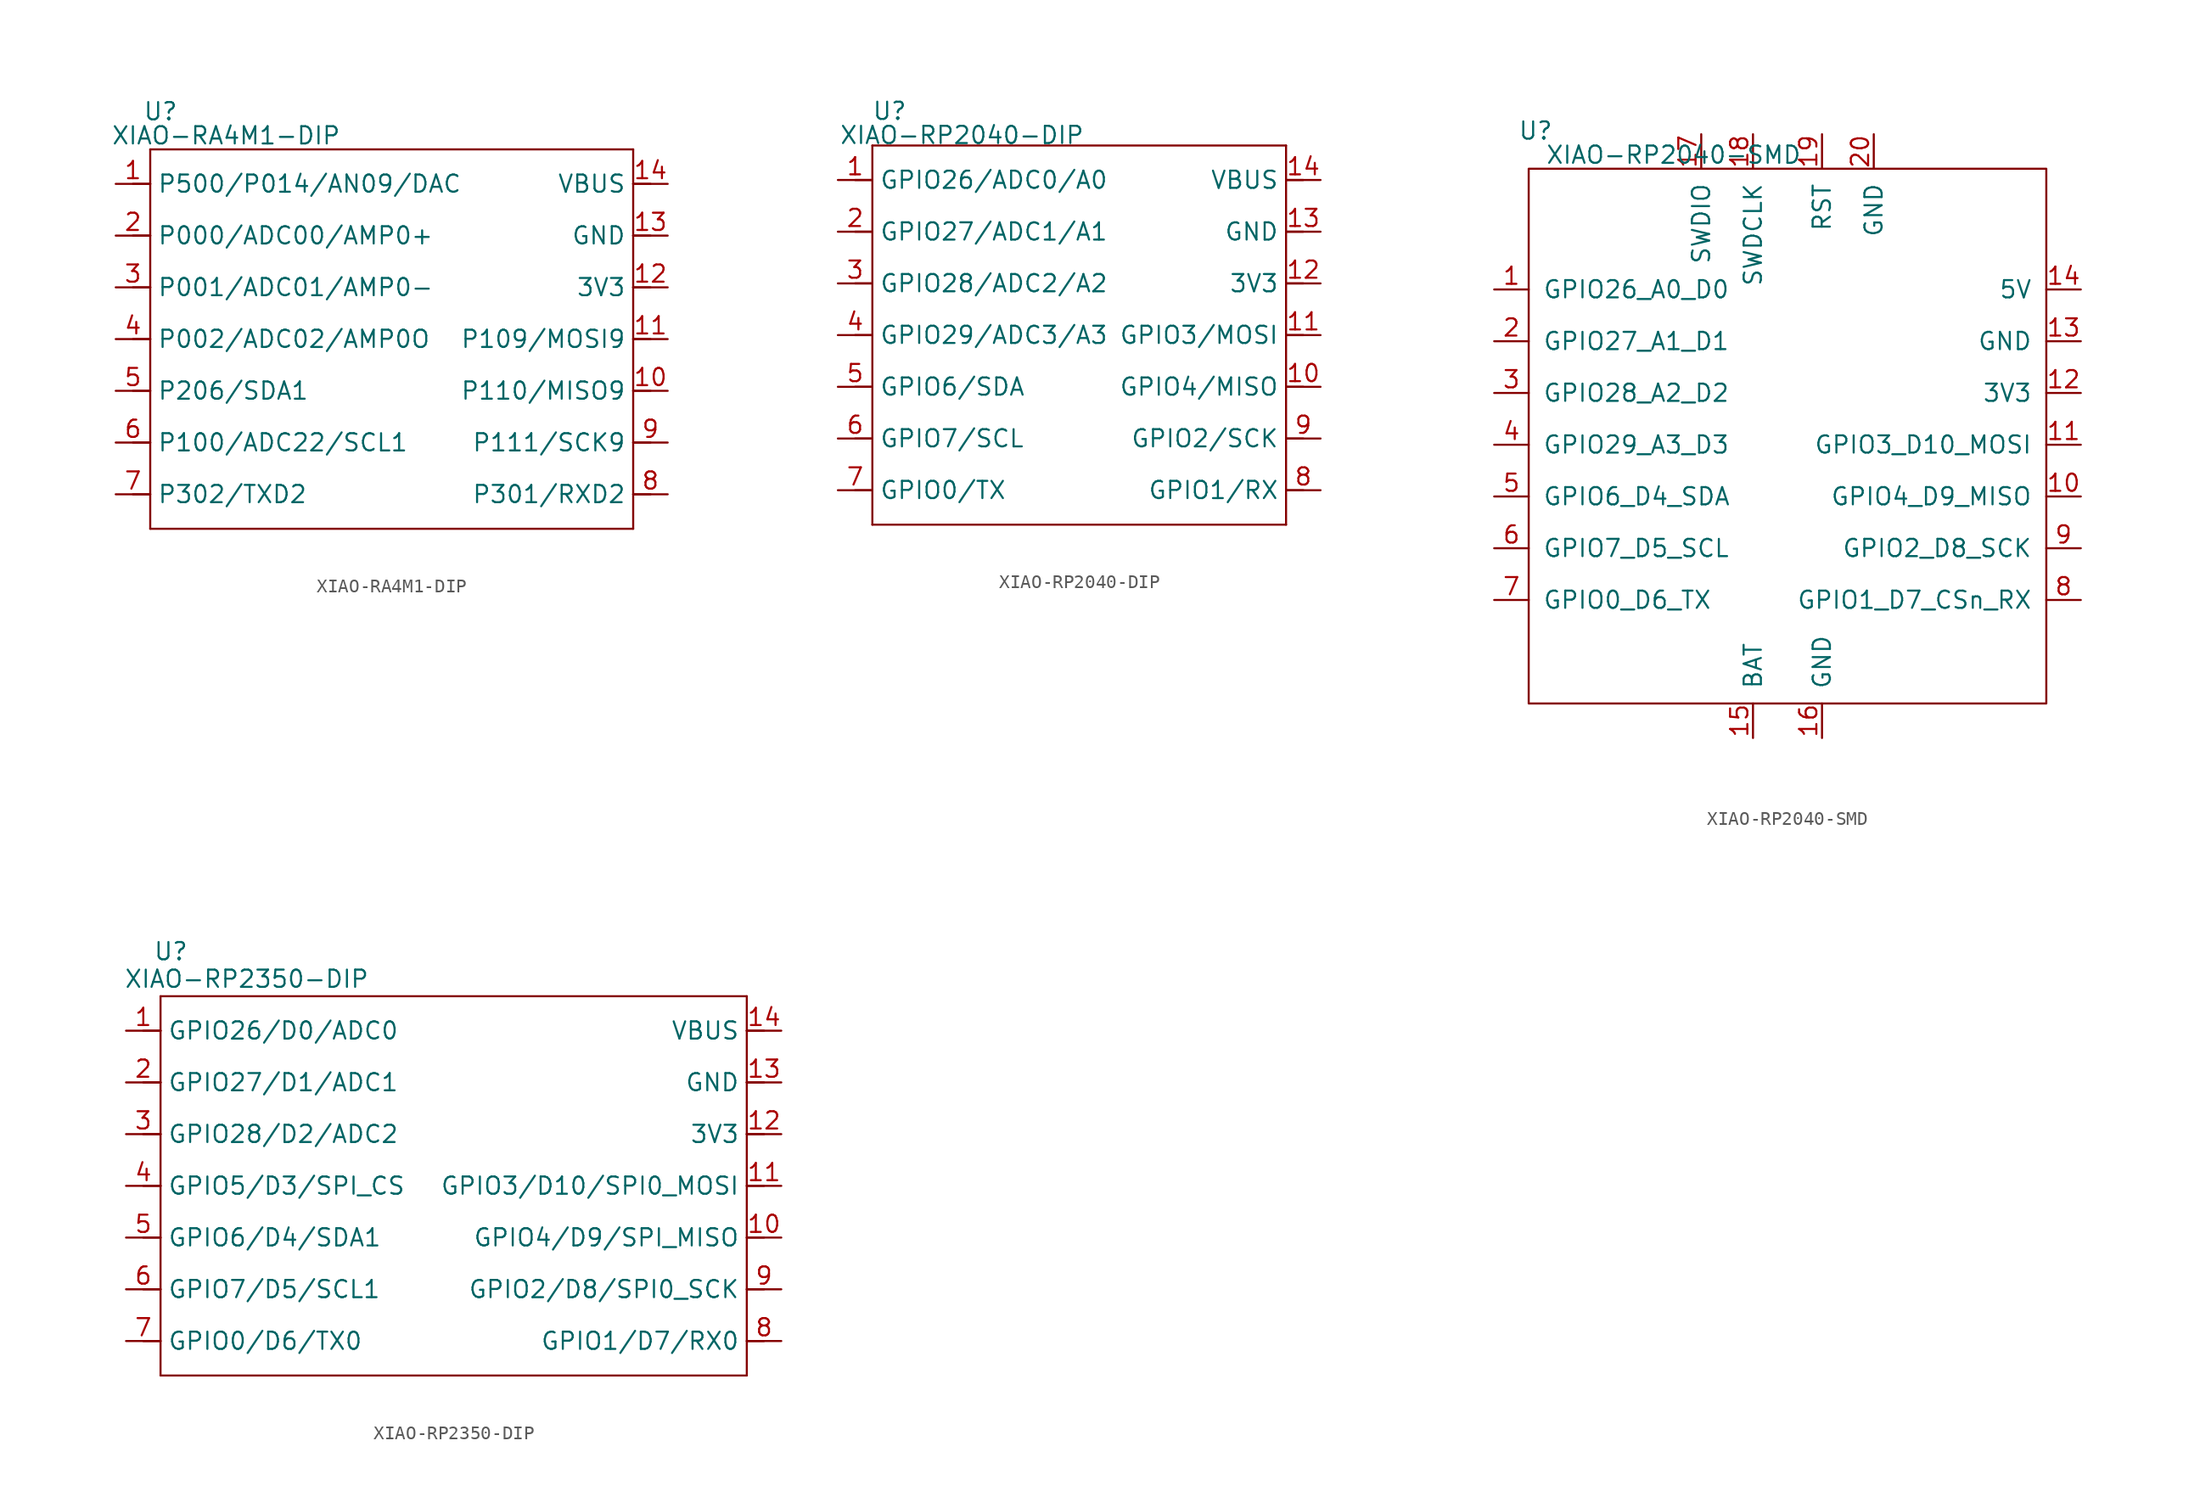
<source format=kicad_sym>
(kicad_symbol_lib
  (version 20231120)
  (generator "kicad_symbol_editor")
  (generator_version "8.0")
  (symbol "XIAO-RA4M1-DIP"
    (property "Reference" "U"
      (at 0.762 0.254 0)
      (effects (font (size 1.27 1.27))))
    (property "Value" "XIAO-RA4M1-DIP"
      (at 5.588 -1.524 0)
      (effects (font (size 1.27 1.27))))
    (symbol "XIAO-RA4M1-DIP_1_0"
      (polyline (pts (xy 0 -30.48) (xy 0 -16.51)) (stroke (width 0.152) (type solid)) (fill (type none)))
      (polyline (pts (xy 0 -27.94) (xy -1.27 -27.94)) (stroke (width 0.152) (type solid)) (fill (type none)))
      (polyline (pts (xy 0 -24.13) (xy -1.27 -24.13)) (stroke (width 0.152) (type solid)) (fill (type none)))
      (polyline (pts (xy 0 -20.32) (xy -1.27 -20.32)) (stroke (width 0.152) (type solid)) (fill (type none)))
      (polyline (pts (xy 0 -16.51) (xy -1.27 -16.51)) (stroke (width 0.152) (type solid)) (fill (type none)))
      (polyline (pts (xy 0 -16.51) (xy 0 -12.7)) (stroke (width 0.152) (type solid)) (fill (type none)))
      (polyline (pts (xy 0 -12.7) (xy -1.27 -12.7)) (stroke (width 0.152) (type solid)) (fill (type none)))
      (polyline (pts (xy 0 -12.7) (xy 0 -8.89)) (stroke (width 0.152) (type solid)) (fill (type none)))
      (polyline (pts (xy 0 -8.89) (xy -1.27 -8.89)) (stroke (width 0.152) (type solid)) (fill (type none)))
      (polyline (pts (xy 0 -8.89) (xy 0 -5.08)) (stroke (width 0.152) (type solid)) (fill (type none)))
      (polyline (pts (xy 0 -5.08) (xy -1.27 -5.08)) (stroke (width 0.152) (type solid)) (fill (type none)))
      (polyline (pts (xy 0 -5.08) (xy 0 -2.54)) (stroke (width 0.152) (type solid)) (fill (type none)))
      (polyline (pts (xy 0 -2.54) (xy 35.56 -2.54)) (stroke (width 0.152) (type solid)) (fill (type none)))
      (polyline (pts (xy 35.56 -30.48) (xy 0 -30.48)) (stroke (width 0.152) (type solid)) (fill (type none)))
      (polyline (pts (xy 35.56 -12.7) (xy 35.56 -30.48)) (stroke (width 0.152) (type solid)) (fill (type none)))
      (polyline (pts (xy 35.56 -8.89) (xy 35.56 -12.7)) (stroke (width 0.152) (type solid)) (fill (type none)))
      (polyline (pts (xy 35.56 -5.08) (xy 35.56 -8.89)) (stroke (width 0.152) (type solid)) (fill (type none)))
      (polyline (pts (xy 35.56 -2.54) (xy 35.56 -5.08)) (stroke (width 0.152) (type solid)) (fill (type none)))
      (polyline (pts (xy 36.83 -27.94) (xy 35.56 -27.94)) (stroke (width 0.152) (type solid)) (fill (type none)))
      (polyline (pts (xy 36.83 -24.13) (xy 35.56 -24.13)) (stroke (width 0.152) (type solid)) (fill (type none)))
      (polyline (pts (xy 36.83 -20.32) (xy 35.56 -20.32)) (stroke (width 0.152) (type solid)) (fill (type none)))
      (polyline (pts (xy 36.83 -16.51) (xy 35.56 -16.51)) (stroke (width 0.152) (type solid)) (fill (type none)))
      (polyline (pts (xy 36.83 -12.7) (xy 35.56 -12.7)) (stroke (width 0.152) (type solid)) (fill (type none)))
      (polyline (pts (xy 36.83 -8.89) (xy 35.56 -8.89)) (stroke (width 0.152) (type solid)) (fill (type none)))
      (polyline (pts (xy 36.83 -5.08) (xy 35.56 -5.08)) (stroke (width 0.152) (type solid)) (fill (type none)))
      (pin passive line (at -2.54 -5.08 0) (length 2.54) (name "P500/P014/AN09/DAC" (effects (font (size 1.27 1.27)))) (number "1" (effects (font (size 1.27 1.27)))))
      (pin passive line (at 38.1 -20.32 180) (length 2.54) (name "P110/MISO9" (effects (font (size 1.27 1.27)))) (number "10" (effects (font (size 1.27 1.27)))))
      (pin passive line (at 38.1 -16.51 180) (length 2.54) (name "P109/MOSI9" (effects (font (size 1.27 1.27)))) (number "11" (effects (font (size 1.27 1.27)))))
      (pin passive line (at 38.1 -12.7 180) (length 2.54) (name "3V3" (effects (font (size 1.27 1.27)))) (number "12" (effects (font (size 1.27 1.27)))))
      (pin passive line (at 38.1 -8.89 180) (length 2.54) (name "GND" (effects (font (size 1.27 1.27)))) (number "13" (effects (font (size 1.27 1.27)))))
      (pin passive line (at 38.1 -5.08 180) (length 2.54) (name "VBUS" (effects (font (size 1.27 1.27)))) (number "14" (effects (font (size 1.27 1.27)))))
      (pin passive line (at -2.54 -8.89 0) (length 2.54) (name "P000/ADC00/AMP0+" (effects (font (size 1.27 1.27)))) (number "2" (effects (font (size 1.27 1.27)))))
      (pin passive line (at -2.54 -12.7 0) (length 2.54) (name "P001/ADC01/AMP0-" (effects (font (size 1.27 1.27)))) (number "3" (effects (font (size 1.27 1.27)))))
      (pin passive line (at -2.54 -16.51 0) (length 2.54) (name "P002/ADC02/AMP0O" (effects (font (size 1.27 1.27)))) (number "4" (effects (font (size 1.27 1.27)))))
      (pin passive line (at -2.54 -20.32 0) (length 2.54) (name "P206/SDA1" (effects (font (size 1.27 1.27)))) (number "5" (effects (font (size 1.27 1.27)))))
      (pin passive line (at -2.54 -24.13 0) (length 2.54) (name "P100/ADC22/SCL1" (effects (font (size 1.27 1.27)))) (number "6" (effects (font (size 1.27 1.27)))))
      (pin passive line (at -2.54 -27.94 0) (length 2.54) (name "P302/TXD2" (effects (font (size 1.27 1.27)))) (number "7" (effects (font (size 1.27 1.27)))))
      (pin passive line (at 38.1 -27.94 180) (length 2.54) (name "P301/RXD2" (effects (font (size 1.27 1.27)))) (number "8" (effects (font (size 1.27 1.27)))))
      (pin passive line (at 38.1 -24.13 180) (length 2.54) (name "P111/SCK9" (effects (font (size 1.27 1.27)))) (number "9" (effects (font (size 1.27 1.27)))))))
  (symbol "XIAO-RP2040-DIP"
    (property "Reference" "U"
      (at 0 0 0)
      (effects (font (size 1.27 1.27))))
    (property "Value" "XIAO-RP2040-DIP"
      (at 5.334 -1.778 0)
      (effects (font (size 1.27 1.27))))
    (symbol "XIAO-RP2040-DIP_1_0"
      (polyline (pts (xy -1.27 -30.48) (xy -1.27 -16.51)) (stroke (width 0.152) (type solid)) (fill (type none)))
      (polyline (pts (xy -1.27 -27.94) (xy -2.54 -27.94)) (stroke (width 0.152) (type solid)) (fill (type none)))
      (polyline (pts (xy -1.27 -24.13) (xy -2.54 -24.13)) (stroke (width 0.152) (type solid)) (fill (type none)))
      (polyline (pts (xy -1.27 -20.32) (xy -2.54 -20.32)) (stroke (width 0.152) (type solid)) (fill (type none)))
      (polyline (pts (xy -1.27 -16.51) (xy -2.54 -16.51)) (stroke (width 0.152) (type solid)) (fill (type none)))
      (polyline (pts (xy -1.27 -16.51) (xy -1.27 -12.7)) (stroke (width 0.152) (type solid)) (fill (type none)))
      (polyline (pts (xy -1.27 -12.7) (xy -2.54 -12.7)) (stroke (width 0.152) (type solid)) (fill (type none)))
      (polyline (pts (xy -1.27 -12.7) (xy -1.27 -8.89)) (stroke (width 0.152) (type solid)) (fill (type none)))
      (polyline (pts (xy -1.27 -8.89) (xy -2.54 -8.89)) (stroke (width 0.152) (type solid)) (fill (type none)))
      (polyline (pts (xy -1.27 -8.89) (xy -1.27 -5.08)) (stroke (width 0.152) (type solid)) (fill (type none)))
      (polyline (pts (xy -1.27 -5.08) (xy -2.54 -5.08)) (stroke (width 0.152) (type solid)) (fill (type none)))
      (polyline (pts (xy -1.27 -5.08) (xy -1.27 -2.54)) (stroke (width 0.152) (type solid)) (fill (type none)))
      (polyline (pts (xy -1.27 -2.54) (xy 29.21 -2.54)) (stroke (width 0.152) (type solid)) (fill (type none)))
      (polyline (pts (xy 29.21 -30.48) (xy -1.27 -30.48)) (stroke (width 0.152) (type solid)) (fill (type none)))
      (polyline (pts (xy 29.21 -12.7) (xy 29.21 -30.48)) (stroke (width 0.152) (type solid)) (fill (type none)))
      (polyline (pts (xy 29.21 -8.89) (xy 29.21 -12.7)) (stroke (width 0.152) (type solid)) (fill (type none)))
      (polyline (pts (xy 29.21 -5.08) (xy 29.21 -8.89)) (stroke (width 0.152) (type solid)) (fill (type none)))
      (polyline (pts (xy 29.21 -2.54) (xy 29.21 -5.08)) (stroke (width 0.152) (type solid)) (fill (type none)))
      (polyline (pts (xy 30.48 -27.94) (xy 29.21 -27.94)) (stroke (width 0.152) (type solid)) (fill (type none)))
      (polyline (pts (xy 30.48 -24.13) (xy 29.21 -24.13)) (stroke (width 0.152) (type solid)) (fill (type none)))
      (polyline (pts (xy 30.48 -20.32) (xy 29.21 -20.32)) (stroke (width 0.152) (type solid)) (fill (type none)))
      (polyline (pts (xy 30.48 -16.51) (xy 29.21 -16.51)) (stroke (width 0.152) (type solid)) (fill (type none)))
      (polyline (pts (xy 30.48 -12.7) (xy 29.21 -12.7)) (stroke (width 0.152) (type solid)) (fill (type none)))
      (polyline (pts (xy 30.48 -8.89) (xy 29.21 -8.89)) (stroke (width 0.152) (type solid)) (fill (type none)))
      (polyline (pts (xy 30.48 -5.08) (xy 29.21 -5.08)) (stroke (width 0.152) (type solid)) (fill (type none)))
      (pin passive line (at -3.81 -5.08 0) (length 2.54) (name "GPIO26/ADC0/A0" (effects (font (size 1.27 1.27)))) (number "1" (effects (font (size 1.27 1.27)))))
      (pin passive line (at 31.75 -20.32 180) (length 2.54) (name "GPIO4/MISO" (effects (font (size 1.27 1.27)))) (number "10" (effects (font (size 1.27 1.27)))))
      (pin passive line (at 31.75 -16.51 180) (length 2.54) (name "GPIO3/MOSI" (effects (font (size 1.27 1.27)))) (number "11" (effects (font (size 1.27 1.27)))))
      (pin passive line (at 31.75 -12.7 180) (length 2.54) (name "3V3" (effects (font (size 1.27 1.27)))) (number "12" (effects (font (size 1.27 1.27)))))
      (pin passive line (at 31.75 -8.89 180) (length 2.54) (name "GND" (effects (font (size 1.27 1.27)))) (number "13" (effects (font (size 1.27 1.27)))))
      (pin passive line (at 31.75 -5.08 180) (length 2.54) (name "VBUS" (effects (font (size 1.27 1.27)))) (number "14" (effects (font (size 1.27 1.27)))))
      (pin passive line (at -3.81 -8.89 0) (length 2.54) (name "GPIO27/ADC1/A1" (effects (font (size 1.27 1.27)))) (number "2" (effects (font (size 1.27 1.27)))))
      (pin passive line (at -3.81 -12.7 0) (length 2.54) (name "GPIO28/ADC2/A2" (effects (font (size 1.27 1.27)))) (number "3" (effects (font (size 1.27 1.27)))))
      (pin passive line (at -3.81 -16.51 0) (length 2.54) (name "GPIO29/ADC3/A3" (effects (font (size 1.27 1.27)))) (number "4" (effects (font (size 1.27 1.27)))))
      (pin passive line (at -3.81 -20.32 0) (length 2.54) (name "GPIO6/SDA" (effects (font (size 1.27 1.27)))) (number "5" (effects (font (size 1.27 1.27)))))
      (pin passive line (at -3.81 -24.13 0) (length 2.54) (name "GPIO7/SCL" (effects (font (size 1.27 1.27)))) (number "6" (effects (font (size 1.27 1.27)))))
      (pin passive line (at -3.81 -27.94 0) (length 2.54) (name "GPIO0/TX" (effects (font (size 1.27 1.27)))) (number "7" (effects (font (size 1.27 1.27)))))
      (pin passive line (at 31.75 -27.94 180) (length 2.54) (name "GPIO1/RX" (effects (font (size 1.27 1.27)))) (number "8" (effects (font (size 1.27 1.27)))))
      (pin passive line (at 31.75 -24.13 180) (length 2.54) (name "GPIO2/SCK" (effects (font (size 1.27 1.27)))) (number "9" (effects (font (size 1.27 1.27)))))))
  (symbol "XIAO-RP2040-SMD"
    (pin_names
      (offset 1.016))
    (property "Reference" "U"
      (at -18.542 23.114 0)
      (effects (font (size 1.27 1.27))))
    (property "Value" "XIAO-RP2040-SMD"
      (at -8.382 21.336 0)
      (effects (font (size 1.27 1.27))))
    (symbol "XIAO-RP2040-SMD_0_1"
      (rectangle (start 19.05 -19.05) (end -19.05 20.32) (stroke (width 0) (type default)) (fill (type none))))
    (symbol "XIAO-RP2040-SMD_1_1"
      (pin passive line (at -21.59 11.43 0) (length 2.54) (name "GPIO26_A0_D0" (effects (font (size 1.27 1.27)))) (number "1" (effects (font (size 1.27 1.27)))))
      (pin passive line (at 21.59 -3.81 180) (length 2.54) (name "GPIO4_D9_MISO" (effects (font (size 1.27 1.27)))) (number "10" (effects (font (size 1.27 1.27)))))
      (pin passive line (at 21.59 0 180) (length 2.54) (name "GPIO3_D10_MOSI" (effects (font (size 1.27 1.27)))) (number "11" (effects (font (size 1.27 1.27)))))
      (pin passive line (at 21.59 3.81 180) (length 2.54) (name "3V3" (effects (font (size 1.27 1.27)))) (number "12" (effects (font (size 1.27 1.27)))))
      (pin passive line (at 21.59 7.62 180) (length 2.54) (name "GND" (effects (font (size 1.27 1.27)))) (number "13" (effects (font (size 1.27 1.27)))))
      (pin passive line (at 21.59 11.43 180) (length 2.54) (name "5V" (effects (font (size 1.27 1.27)))) (number "14" (effects (font (size 1.27 1.27)))))
      (pin passive line (at -2.54 -21.59 90) (length 2.54) (name "BAT" (effects (font (size 1.27 1.27)))) (number "15" (effects (font (size 1.27 1.27)))))
      (pin passive line (at 2.54 -21.59 90) (length 2.54) (name "GND" (effects (font (size 1.27 1.27)))) (number "16" (effects (font (size 1.27 1.27)))))
      (pin passive line (at -6.35 22.86 270) (length 2.54) (name "SWDIO" (effects (font (size 1.27 1.27)))) (number "17" (effects (font (size 1.27 1.27)))))
      (pin passive line (at -2.54 22.86 270) (length 2.54) (name "SWDCLK" (effects (font (size 1.27 1.27)))) (number "18" (effects (font (size 1.27 1.27)))))
      (pin passive line (at 2.54 22.86 270) (length 2.54) (name "RST" (effects (font (size 1.27 1.27)))) (number "19" (effects (font (size 1.27 1.27)))))
      (pin passive line (at -21.59 7.62 0) (length 2.54) (name "GPIO27_A1_D1" (effects (font (size 1.27 1.27)))) (number "2" (effects (font (size 1.27 1.27)))))
      (pin passive line (at 6.35 22.86 270) (length 2.54) (name "GND" (effects (font (size 1.27 1.27)))) (number "20" (effects (font (size 1.27 1.27)))))
      (pin passive line (at -21.59 3.81 0) (length 2.54) (name "GPIO28_A2_D2" (effects (font (size 1.27 1.27)))) (number "3" (effects (font (size 1.27 1.27)))))
      (pin passive line (at -21.59 0 0) (length 2.54) (name "GPIO29_A3_D3" (effects (font (size 1.27 1.27)))) (number "4" (effects (font (size 1.27 1.27)))))
      (pin passive line (at -21.59 -3.81 0) (length 2.54) (name "GPIO6_D4_SDA" (effects (font (size 1.27 1.27)))) (number "5" (effects (font (size 1.27 1.27)))))
      (pin passive line (at -21.59 -7.62 0) (length 2.54) (name "GPIO7_D5_SCL" (effects (font (size 1.27 1.27)))) (number "6" (effects (font (size 1.27 1.27)))))
      (pin passive line (at -21.59 -11.43 0) (length 2.54) (name "GPIO0_D6_TX" (effects (font (size 1.27 1.27)))) (number "7" (effects (font (size 1.27 1.27)))))
      (pin passive line (at 21.59 -11.43 180) (length 2.54) (name "GPIO1_D7_CSn_RX" (effects (font (size 1.27 1.27)))) (number "8" (effects (font (size 1.27 1.27)))))
      (pin passive line (at 21.59 -7.62 180) (length 2.54) (name "GPIO2_D8_SCK" (effects (font (size 1.27 1.27)))) (number "9" (effects (font (size 1.27 1.27)))))))
  (symbol "XIAO-RP2350-DIP"
    (property "Reference" "U"
      (at -5.588 2.032 0)
      (effects (font (size 1.27 1.27))))
    (property "Value" "XIAO-RP2350-DIP"
      (at 0 0 0)
      (effects (font (size 1.27 1.27))))
    (symbol "XIAO-RP2350-DIP_1_0"
      (polyline (pts (xy -6.35 -29.21) (xy -6.35 -15.24)) (stroke (width 0.152) (type solid)) (fill (type none)))
      (polyline (pts (xy -6.35 -26.67) (xy -7.62 -26.67)) (stroke (width 0.152) (type solid)) (fill (type none)))
      (polyline (pts (xy -6.35 -22.86) (xy -7.62 -22.86)) (stroke (width 0.152) (type solid)) (fill (type none)))
      (polyline (pts (xy -6.35 -19.05) (xy -7.62 -19.05)) (stroke (width 0.152) (type solid)) (fill (type none)))
      (polyline (pts (xy -6.35 -15.24) (xy -7.62 -15.24)) (stroke (width 0.152) (type solid)) (fill (type none)))
      (polyline (pts (xy -6.35 -15.24) (xy -6.35 -11.43)) (stroke (width 0.152) (type solid)) (fill (type none)))
      (polyline (pts (xy -6.35 -11.43) (xy -7.62 -11.43)) (stroke (width 0.152) (type solid)) (fill (type none)))
      (polyline (pts (xy -6.35 -11.43) (xy -6.35 -7.62)) (stroke (width 0.152) (type solid)) (fill (type none)))
      (polyline (pts (xy -6.35 -7.62) (xy -7.62 -7.62)) (stroke (width 0.152) (type solid)) (fill (type none)))
      (polyline (pts (xy -6.35 -7.62) (xy -6.35 -3.81)) (stroke (width 0.152) (type solid)) (fill (type none)))
      (polyline (pts (xy -6.35 -3.81) (xy -7.62 -3.81)) (stroke (width 0.152) (type solid)) (fill (type none)))
      (polyline (pts (xy -6.35 -3.81) (xy -6.35 -1.27)) (stroke (width 0.152) (type solid)) (fill (type none)))
      (polyline (pts (xy -6.35 -1.27) (xy 36.83 -1.27)) (stroke (width 0.152) (type solid)) (fill (type none)))
      (polyline (pts (xy 36.83 -29.21) (xy -6.35 -29.21)) (stroke (width 0.152) (type solid)) (fill (type none)))
      (polyline (pts (xy 36.83 -11.43) (xy 36.83 -29.21)) (stroke (width 0.152) (type solid)) (fill (type none)))
      (polyline (pts (xy 36.83 -7.62) (xy 36.83 -11.43)) (stroke (width 0.152) (type solid)) (fill (type none)))
      (polyline (pts (xy 36.83 -3.81) (xy 36.83 -7.62)) (stroke (width 0.152) (type solid)) (fill (type none)))
      (polyline (pts (xy 36.83 -1.27) (xy 36.83 -3.81)) (stroke (width 0.152) (type solid)) (fill (type none)))
      (polyline (pts (xy 38.1 -26.67) (xy 36.83 -26.67)) (stroke (width 0.152) (type solid)) (fill (type none)))
      (polyline (pts (xy 38.1 -22.86) (xy 36.83 -22.86)) (stroke (width 0.152) (type solid)) (fill (type none)))
      (polyline (pts (xy 38.1 -19.05) (xy 36.83 -19.05)) (stroke (width 0.152) (type solid)) (fill (type none)))
      (polyline (pts (xy 38.1 -15.24) (xy 36.83 -15.24)) (stroke (width 0.152) (type solid)) (fill (type none)))
      (polyline (pts (xy 38.1 -11.43) (xy 36.83 -11.43)) (stroke (width 0.152) (type solid)) (fill (type none)))
      (polyline (pts (xy 38.1 -7.62) (xy 36.83 -7.62)) (stroke (width 0.152) (type solid)) (fill (type none)))
      (polyline (pts (xy 38.1 -3.81) (xy 36.83 -3.81)) (stroke (width 0.152) (type solid)) (fill (type none)))
      (pin passive line (at -8.89 -3.81 0) (length 2.54) (name "GPIO26/D0/ADC0" (effects (font (size 1.27 1.27)))) (number "1" (effects (font (size 1.27 1.27)))))
      (pin passive line (at 39.37 -19.05 180) (length 2.54) (name "GPIO4/D9/SPI_MISO" (effects (font (size 1.27 1.27)))) (number "10" (effects (font (size 1.27 1.27)))))
      (pin passive line (at 39.37 -15.24 180) (length 2.54) (name "GPIO3/D10/SPI0_MOSI" (effects (font (size 1.27 1.27)))) (number "11" (effects (font (size 1.27 1.27)))))
      (pin passive line (at 39.37 -11.43 180) (length 2.54) (name "3V3" (effects (font (size 1.27 1.27)))) (number "12" (effects (font (size 1.27 1.27)))))
      (pin passive line (at 39.37 -7.62 180) (length 2.54) (name "GND" (effects (font (size 1.27 1.27)))) (number "13" (effects (font (size 1.27 1.27)))))
      (pin passive line (at 39.37 -3.81 180) (length 2.54) (name "VBUS" (effects (font (size 1.27 1.27)))) (number "14" (effects (font (size 1.27 1.27)))))
      (pin passive line (at -8.89 -7.62 0) (length 2.54) (name "GPIO27/D1/ADC1" (effects (font (size 1.27 1.27)))) (number "2" (effects (font (size 1.27 1.27)))))
      (pin passive line (at -8.89 -11.43 0) (length 2.54) (name "GPIO28/D2/ADC2" (effects (font (size 1.27 1.27)))) (number "3" (effects (font (size 1.27 1.27)))))
      (pin passive line (at -8.89 -15.24 0) (length 2.54) (name "GPIO5/D3/SPI_CS" (effects (font (size 1.27 1.27)))) (number "4" (effects (font (size 1.27 1.27)))))
      (pin passive line (at -8.89 -19.05 0) (length 2.54) (name "GPIO6/D4/SDA1" (effects (font (size 1.27 1.27)))) (number "5" (effects (font (size 1.27 1.27)))))
      (pin passive line (at -8.89 -22.86 0) (length 2.54) (name "GPIO7/D5/SCL1" (effects (font (size 1.27 1.27)))) (number "6" (effects (font (size 1.27 1.27)))))
      (pin passive line (at -8.89 -26.67 0) (length 2.54) (name "GPIO0/D6/TX0" (effects (font (size 1.27 1.27)))) (number "7" (effects (font (size 1.27 1.27)))))
      (pin passive line (at 39.37 -26.67 180) (length 2.54) (name "GPIO1/D7/RX0" (effects (font (size 1.27 1.27)))) (number "8" (effects (font (size 1.27 1.27)))))
      (pin passive line (at 39.37 -22.86 180) (length 2.54) (name "GPIO2/D8/SPI0_SCK" (effects (font (size 1.27 1.27)))) (number "9" (effects (font (size 1.27 1.27))))))))
</source>
